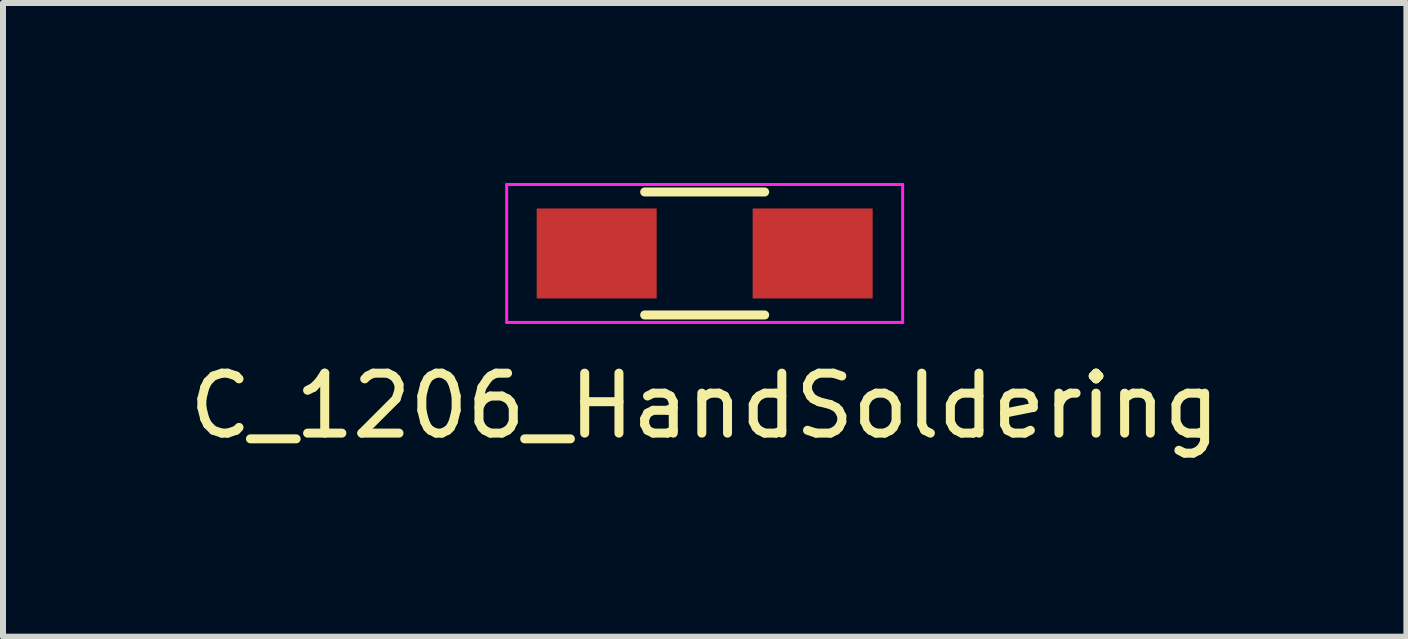
<source format=kicad_pcb>
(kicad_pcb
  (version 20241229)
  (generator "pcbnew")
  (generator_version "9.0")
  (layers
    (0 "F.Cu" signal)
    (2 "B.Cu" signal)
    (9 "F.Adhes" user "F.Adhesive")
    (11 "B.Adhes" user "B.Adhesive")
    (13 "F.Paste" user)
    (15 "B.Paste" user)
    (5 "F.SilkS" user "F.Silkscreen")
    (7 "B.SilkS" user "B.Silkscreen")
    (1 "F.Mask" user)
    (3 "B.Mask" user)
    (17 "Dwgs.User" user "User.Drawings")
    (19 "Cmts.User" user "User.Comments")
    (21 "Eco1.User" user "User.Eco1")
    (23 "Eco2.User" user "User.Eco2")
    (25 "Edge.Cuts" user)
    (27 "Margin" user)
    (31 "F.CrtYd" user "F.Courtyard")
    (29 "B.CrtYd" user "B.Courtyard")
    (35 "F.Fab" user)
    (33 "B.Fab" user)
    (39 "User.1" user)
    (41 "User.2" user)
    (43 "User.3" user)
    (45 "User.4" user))
  (footprint "C_1206_HandSoldering"
    (layer "F.Cu")
    (at 8.696 1.175)
    (property "Reference" "C_1206_HandSoldering" (at 0 2.54 0) (layer "F.SilkS") (effects (font (size 1 1) (thickness 0.15))))
    (attr through_hole)
    (fp_line (start -1 1.025) (end 1 1.025) (stroke (width 0.15) (type solid)) (layer "F.SilkS"))
    (fp_line (start 1 -1.025) (end -1 -1.025) (stroke (width 0.15) (type solid)) (layer "F.SilkS"))
    (fp_line (start -3.3 -1.15) (end 3.3 -1.15) (stroke (width 0.05) (type solid)) (layer "F.CrtYd"))
    (fp_line (start -3.3 1.15) (end -3.3 -1.15) (stroke (width 0.05) (type solid)) (layer "F.CrtYd"))
    (fp_line (start -3.3 1.15) (end 3.3 1.15) (stroke (width 0.05) (type solid)) (layer "F.CrtYd"))
    (fp_line (start 3.3 1.15) (end 3.3 -1.15) (stroke (width 0.05) (type solid)) (layer "F.CrtYd"))
    (pad "1" smd rect (at -1.8 0) (size 2 1.5) (layers "F.Cu" "F.Mask" "F.Paste"))
    (pad "2" smd rect (at 1.8 0) (size 2 1.5) (layers "F.Cu" "F.Mask" "F.Paste")))
  (gr_rect
    (start -3 -3)
    (end 20.393 7.563)
    (stroke (width 0.1) (type default))
    (fill no)
    (layer "Edge.Cuts")))
</source>
